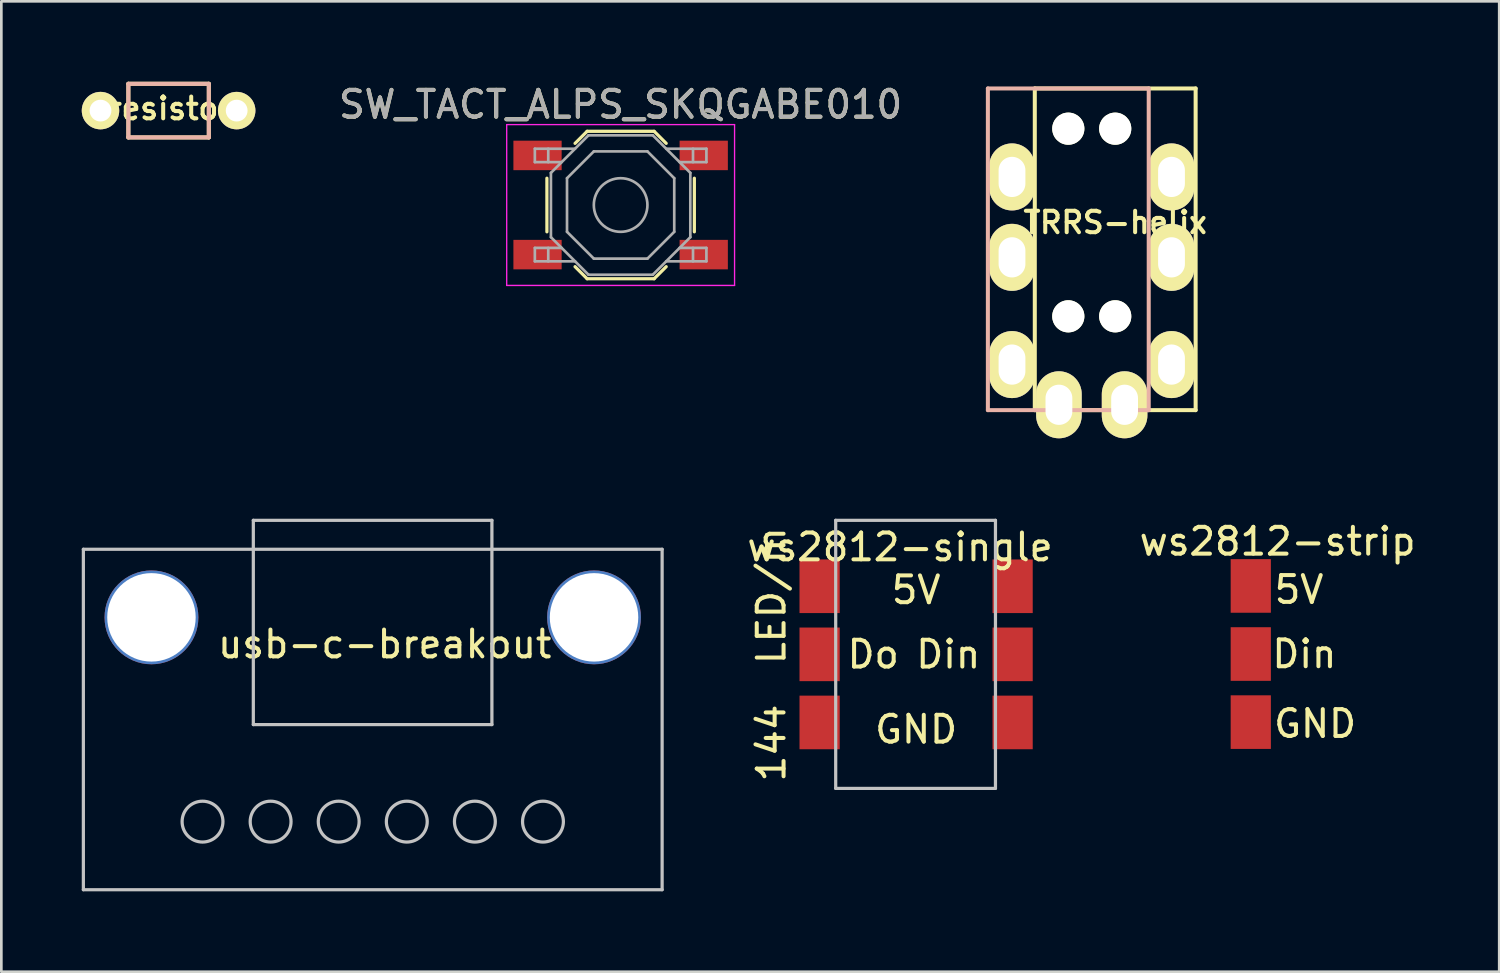
<source format=kicad_pcb>
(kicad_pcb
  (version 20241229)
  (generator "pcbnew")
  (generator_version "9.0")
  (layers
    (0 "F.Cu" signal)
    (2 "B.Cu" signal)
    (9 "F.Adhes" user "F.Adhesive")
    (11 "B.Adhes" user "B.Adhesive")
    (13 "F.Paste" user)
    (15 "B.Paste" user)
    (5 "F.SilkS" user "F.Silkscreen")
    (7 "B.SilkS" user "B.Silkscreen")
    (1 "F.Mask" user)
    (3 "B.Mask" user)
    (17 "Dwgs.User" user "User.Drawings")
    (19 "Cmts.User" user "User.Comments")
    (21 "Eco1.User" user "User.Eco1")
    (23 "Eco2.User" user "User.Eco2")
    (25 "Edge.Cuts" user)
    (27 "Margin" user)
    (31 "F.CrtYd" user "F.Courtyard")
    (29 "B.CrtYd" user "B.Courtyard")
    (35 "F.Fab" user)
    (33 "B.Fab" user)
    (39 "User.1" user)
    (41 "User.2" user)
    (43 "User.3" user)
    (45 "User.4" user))
  (footprint "usb-c-breakout"
    (layer "F.Cu")
    (at 2.6 19.98)
    (property "Reference" "usb-c-breakout" (at 8.7 1 0) (layer "F.SilkS") (effects (font (size 1 1) (thickness 0.15))))
    (attr through_hole)
    (fp_line (start -2.54 -2.54) (end -2.54 10.16) (stroke (width 0.12) (type solid)) (layer "Dwgs.User"))
    (fp_line (start -2.54 -2.54) (end 19.05 -2.54) (stroke (width 0.12) (type solid)) (layer "Dwgs.User"))
    (fp_line (start -2.54 10.16) (end 19.05 10.16) (stroke (width 0.12) (type solid)) (layer "Dwgs.User"))
    (fp_line (start 3.8 -3.62) (end 3.8 4) (stroke (width 0.12) (type solid)) (layer "Dwgs.User"))
    (fp_line (start 3.8 -3.62) (end 12.7 -3.62) (stroke (width 0.12) (type solid)) (layer "Dwgs.User"))
    (fp_line (start 12.7 -3.62) (end 12.7 4) (stroke (width 0.12) (type solid)) (layer "Dwgs.User"))
    (fp_line (start 12.7 4) (end 3.8 4) (stroke (width 0.12) (type solid)) (layer "Dwgs.User"))
    (fp_line (start 19.05 10.16) (end 19.05 -2.54) (stroke (width 0.12) (type solid)) (layer "Dwgs.User"))
    (fp_circle (center 1.905 7.62) (end 2.667 7.62) (stroke (width 0.12) (type solid)) (fill no) (layer "Dwgs.User"))
    (fp_circle (center 4.445 7.62) (end 5.207 7.62) (stroke (width 0.12) (type solid)) (fill no) (layer "Dwgs.User"))
    (fp_circle (center 6.985 7.62) (end 7.747 7.62) (stroke (width 0.12) (type solid)) (fill no) (layer "Dwgs.User"))
    (fp_circle (center 9.525 7.62) (end 10.287 7.62) (stroke (width 0.12) (type solid)) (fill no) (layer "Dwgs.User"))
    (fp_circle (center 12.065 7.62) (end 12.827 7.62) (stroke (width 0.12) (type solid)) (fill no) (layer "Dwgs.User"))
    (fp_circle (center 14.605 7.62) (end 15.367 7.62) (stroke (width 0.12) (type solid)) (fill no) (layer "Dwgs.User"))
    (pad "" np_thru_hole circle (at 0 0) (size 3.5 3.5) (drill 3.3) (layers "*.Cu" "*.Mask"))
    (pad "" np_thru_hole circle (at 16.51 0) (size 3.5 3.5) (drill 3.3) (layers "*.Cu" "*.Mask")))
  (footprint "ws2812-strip"
    (layer "F.Cu")
    (at 43.209 21.548)
    (property "Reference" "ws2812-strip" (at 1.4 -4.4 0) (layer "F.SilkS") (effects (font (size 1 1) (thickness 0.15))))
    (attr through_hole)
    (fp_text user "5V" (at 2.2 -2.6 0) (layer "F.SilkS") (effects (font (size 1 1) (thickness 0.15))))
    (fp_text user "GND" (at 2.8 2.4 0) (layer "F.SilkS") (effects (font (size 1 1) (thickness 0.15))))
    (fp_text user "Din" (at 2.4 -0.2 0) (layer "F.SilkS") (effects (font (size 1 1) (thickness 0.15))))
    (pad "1" smd rect (at 0.4 -2.74) (size 1.5 2) (layers "F.Cu" "F.Mask" "F.Paste"))
    (pad "2" smd rect (at 0.4 -0.2 180) (size 1.5 2) (layers "F.Cu" "F.Mask" "F.Paste"))
    (pad "3" smd rect (at 0.4 2.34) (size 1.5 2) (layers "F.Cu" "F.Mask" "F.Paste")))
  (footprint "SW_TACT_ALPS_SKQGABE010"
    (layer "F.Cu")
    (at 20.102 4.598)
    (property "Reference" "SW_TACT_ALPS_SKQGABE010" (at 0 -3.75 0) (layer "F.SilkS") (effects (font (size 1 1) (thickness 0.15))))
    (attr smd)
    (fp_line (start -2.75 -1) (end -2.75 1) (stroke (width 0.12) (type solid)) (layer "F.SilkS"))
    (fp_line (start -1.7 -2.3) (end -1.25 -2.75) (stroke (width 0.12) (type solid)) (layer "F.SilkS"))
    (fp_line (start -1.7 2.3) (end -1.25 2.75) (stroke (width 0.12) (type solid)) (layer "F.SilkS"))
    (fp_line (start -1.25 -2.75) (end 1.25 -2.75) (stroke (width 0.12) (type solid)) (layer "F.SilkS"))
    (fp_line (start -1.25 2.75) (end 1.25 2.75) (stroke (width 0.12) (type solid)) (layer "F.SilkS"))
    (fp_line (start 1.7 -2.3) (end 1.25 -2.75) (stroke (width 0.12) (type solid)) (layer "F.SilkS"))
    (fp_line (start 1.7 2.3) (end 1.25 2.75) (stroke (width 0.12) (type solid)) (layer "F.SilkS"))
    (fp_line (start 2.75 -1) (end 2.75 1) (stroke (width 0.12) (type solid)) (layer "F.SilkS"))
    (fp_line (start -4 -1.3) (end -4 1.3) (stroke (width 0.1) (type solid)) (layer "Eco1.User"))
    (fp_line (start -4 -0.7) (end -2 1.3) (stroke (width 0.1) (type solid)) (layer "Eco1.User"))
    (fp_line (start -4 0.1) (end -2.8 1.3) (stroke (width 0.1) (type solid)) (layer "Eco1.User"))
    (fp_line (start -4 0.9) (end -3.6 1.3) (stroke (width 0.1) (type solid)) (layer "Eco1.User"))
    (fp_line (start -4 1.3) (end -1 1.3) (stroke (width 0.1) (type solid)) (layer "Eco1.User"))
    (fp_line (start -3.8 -1.3) (end -1.2 1.3) (stroke (width 0.1) (type solid)) (layer "Eco1.User"))
    (fp_line (start -3.4 -1.3) (end -1 1.1) (stroke (width 0.1) (type solid)) (layer "Eco1.User"))
    (fp_line (start -3.2 1.3) (end -4 0.5) (stroke (width 0.1) (type solid)) (layer "Eco1.User"))
    (fp_line (start -2.6 -1.3) (end -1 0.3) (stroke (width 0.1) (type solid)) (layer "Eco1.User"))
    (fp_line (start -2.4 1.3) (end -4 -0.3) (stroke (width 0.1) (type solid)) (layer "Eco1.User"))
    (fp_line (start -1.8 -1.3) (end -1 -0.5) (stroke (width 0.1) (type solid)) (layer "Eco1.User"))
    (fp_line (start -1.6 1.3) (end -4 -1.1) (stroke (width 0.1) (type solid)) (layer "Eco1.User"))
    (fp_line (start -1 -1.3) (end -4 -1.3) (stroke (width 0.1) (type solid)) (layer "Eco1.User"))
    (fp_line (start -1 -0.9) (end -1.4 -1.3) (stroke (width 0.1) (type solid)) (layer "Eco1.User"))
    (fp_line (start -1 -0.1) (end -2.2 -1.3) (stroke (width 0.1) (type solid)) (layer "Eco1.User"))
    (fp_line (start -1 0.7) (end -3 -1.3) (stroke (width 0.1) (type solid)) (layer "Eco1.User"))
    (fp_line (start -1 1.3) (end -1 -1.3) (stroke (width 0.1) (type solid)) (layer "Eco1.User"))
    (fp_line (start 1 -1.3) (end 1 1.3) (stroke (width 0.1) (type solid)) (layer "Eco1.User"))
    (fp_line (start 1 -1.1) (end 3.4 1.3) (stroke (width 0.1) (type solid)) (layer "Eco1.User"))
    (fp_line (start 1 0.1) (end 2.2 1.3) (stroke (width 0.1) (type solid)) (layer "Eco1.User"))
    (fp_line (start 1 0.9) (end 1.4 1.3) (stroke (width 0.1) (type solid)) (layer "Eco1.User"))
    (fp_line (start 1 1.3) (end 4 1.3) (stroke (width 0.1) (type solid)) (layer "Eco1.User"))
    (fp_line (start 1.2 -1.3) (end 3.8 1.3) (stroke (width 0.1) (type solid)) (layer "Eco1.User"))
    (fp_line (start 1.6 -1.3) (end 4 1.1) (stroke (width 0.1) (type solid)) (layer "Eco1.User"))
    (fp_line (start 1.8 1.3) (end 1 0.5) (stroke (width 0.1) (type solid)) (layer "Eco1.User"))
    (fp_line (start 2.4 -1.3) (end 4 0.3) (stroke (width 0.1) (type solid)) (layer "Eco1.User"))
    (fp_line (start 2.6 1.3) (end 1 -0.3) (stroke (width 0.1) (type solid)) (layer "Eco1.User"))
    (fp_line (start 3 1.3) (end 1 -0.7) (stroke (width 0.1) (type solid)) (layer "Eco1.User"))
    (fp_line (start 3.2 -1.3) (end 4 -0.5) (stroke (width 0.1) (type solid)) (layer "Eco1.User"))
    (fp_line (start 4 -1.3) (end 1 -1.3) (stroke (width 0.1) (type solid)) (layer "Eco1.User"))
    (fp_line (start 4 -0.9) (end 3.6 -1.3) (stroke (width 0.1) (type solid)) (layer "Eco1.User"))
    (fp_line (start 4 -0.1) (end 2.8 -1.3) (stroke (width 0.1) (type solid)) (layer "Eco1.User"))
    (fp_line (start 4 0.7) (end 2 -1.3) (stroke (width 0.1) (type solid)) (layer "Eco1.User"))
    (fp_line (start 4 1.3) (end 4 -1.3) (stroke (width 0.1) (type solid)) (layer "Eco1.User"))
    (fp_line (start -4.25 -3) (end 4.25 -3) (stroke (width 0.05) (type solid)) (layer "F.CrtYd"))
    (fp_line (start -4.25 3) (end -4.25 -3) (stroke (width 0.05) (type solid)) (layer "F.CrtYd"))
    (fp_line (start 4.25 -3) (end 4.25 3) (stroke (width 0.05) (type solid)) (layer "F.CrtYd"))
    (fp_line (start 4.25 3) (end -4.25 3) (stroke (width 0.05) (type solid)) (layer "F.CrtYd"))
    (fp_line (start -3.2 -2.1) (end -3.2 -1.6) (stroke (width 0.1) (type solid)) (layer "F.Fab"))
    (fp_line (start -3.2 -1.6) (end -2.2 -1.6) (stroke (width 0.1) (type solid)) (layer "F.Fab"))
    (fp_line (start -3.2 1.6) (end -2.2 1.6) (stroke (width 0.1) (type solid)) (layer "F.Fab"))
    (fp_line (start -3.2 2.1) (end -3.2 1.6) (stroke (width 0.1) (type solid)) (layer "F.Fab"))
    (fp_line (start -2.7 -2.1) (end -2.7 -1.6) (stroke (width 0.1) (type solid)) (layer "F.Fab"))
    (fp_line (start -2.7 2.1) (end -2.7 1.6) (stroke (width 0.1) (type solid)) (layer "F.Fab"))
    (fp_line (start -2.6 -1.2) (end -2.6 1.2) (stroke (width 0.1) (type solid)) (layer "F.Fab"))
    (fp_line (start -2.6 1.2) (end -1.2 2.6) (stroke (width 0.1) (type solid)) (layer "F.Fab"))
    (fp_line (start -2 -1) (end -1 -2) (stroke (width 0.1) (type solid)) (layer "F.Fab"))
    (fp_line (start -2 1) (end -2 -1) (stroke (width 0.1) (type solid)) (layer "F.Fab"))
    (fp_line (start -1.7 -2.1) (end -3.2 -2.1) (stroke (width 0.1) (type solid)) (layer "F.Fab"))
    (fp_line (start -1.7 2.1) (end -3.2 2.1) (stroke (width 0.1) (type solid)) (layer "F.Fab"))
    (fp_line (start -1.2 -2.6) (end -2.6 -1.2) (stroke (width 0.1) (type solid)) (layer "F.Fab"))
    (fp_line (start -1.2 2.6) (end 1.2 2.6) (stroke (width 0.1) (type solid)) (layer "F.Fab"))
    (fp_line (start -1 -2) (end 1 -2) (stroke (width 0.1) (type solid)) (layer "F.Fab"))
    (fp_line (start -1 2) (end -2 1) (stroke (width 0.1) (type solid)) (layer "F.Fab"))
    (fp_line (start 1 -2) (end 2 -1) (stroke (width 0.1) (type solid)) (layer "F.Fab"))
    (fp_line (start 1 2) (end -1 2) (stroke (width 0.1) (type solid)) (layer "F.Fab"))
    (fp_line (start 1.2 -2.6) (end -1.2 -2.6) (stroke (width 0.1) (type solid)) (layer "F.Fab"))
    (fp_line (start 1.2 2.6) (end 2.6 1.2) (stroke (width 0.1) (type solid)) (layer "F.Fab"))
    (fp_line (start 1.7 -2.1) (end 3.2 -2.1) (stroke (width 0.1) (type solid)) (layer "F.Fab"))
    (fp_line (start 1.7 2.1) (end 3.2 2.1) (stroke (width 0.1) (type solid)) (layer "F.Fab"))
    (fp_line (start 2 -1) (end 2 1) (stroke (width 0.1) (type solid)) (layer "F.Fab"))
    (fp_line (start 2 1) (end 1 2) (stroke (width 0.1) (type solid)) (layer "F.Fab"))
    (fp_line (start 2.6 -1.2) (end 1.2 -2.6) (stroke (width 0.1) (type solid)) (layer "F.Fab"))
    (fp_line (start 2.6 1.2) (end 2.6 -1.2) (stroke (width 0.1) (type solid)) (layer "F.Fab"))
    (fp_line (start 2.7 -2.1) (end 2.7 -1.6) (stroke (width 0.1) (type solid)) (layer "F.Fab"))
    (fp_line (start 2.7 2.1) (end 2.7 1.6) (stroke (width 0.1) (type solid)) (layer "F.Fab"))
    (fp_line (start 3.2 -2.1) (end 3.2 -1.6) (stroke (width 0.1) (type solid)) (layer "F.Fab"))
    (fp_line (start 3.2 -1.6) (end 2.2 -1.6) (stroke (width 0.1) (type solid)) (layer "F.Fab"))
    (fp_line (start 3.2 1.6) (end 2.2 1.6) (stroke (width 0.1) (type solid)) (layer "F.Fab"))
    (fp_line (start 3.2 2.1) (end 3.2 1.6) (stroke (width 0.1) (type solid)) (layer "F.Fab"))
    (fp_circle (center 0 0) (end 1 0) (stroke (width 0.1) (type solid)) (fill no) (layer "F.Fab"))
    (fp_text user "${REFERENCE}" (at 0 -3.75 0) (layer "F.Fab") (effects (font (size 1 1) (thickness 0.15))))
    (pad "1" smd rect (at -3.1 -1.85) (size 1.8 1.1) (layers "F.Cu" "F.Mask" "F.Paste"))
    (pad "1" smd rect (at 3.1 -1.85) (size 1.8 1.1) (layers "F.Cu" "F.Mask" "F.Paste"))
    (pad "2" smd rect (at -3.1 1.85) (size 1.8 1.1) (layers "F.Cu" "F.Mask" "F.Paste"))
    (pad "2" smd rect (at 3.1 1.85) (size 1.8 1.1) (layers "F.Cu" "F.Mask" "F.Paste")))
  (footprint "ws2812-single"
    (layer "F.Cu")
    (at 30.925 21.56)
    (property "Reference" "ws2812-single" (at -0.4 -4.2 0) (layer "F.SilkS") (effects (font (size 1 1) (thickness 0.15))))
    (attr through_hole)
    (fp_line (start -2.8 -5.2) (end 3.16 -5.2) (stroke (width 0.12) (type solid)) (layer "Dwgs.User"))
    (fp_line (start -2.8 4.8) (end -2.8 -5.2) (stroke (width 0.12) (type solid)) (layer "Dwgs.User"))
    (fp_line (start -2.8 4.8) (end 3.16 4.8) (stroke (width 0.12) (type solid)) (layer "Dwgs.User"))
    (fp_line (start 3.16 -5.2) (end 3.16 4.8) (stroke (width 0.12) (type solid)) (layer "Dwgs.User"))
    (fp_text user "Din" (at 1.4 -0.2 0) (layer "F.SilkS") (effects (font (size 1 1) (thickness 0.15))))
    (fp_text user "Do" (at -1.4 -0.2 0) (layer "F.SilkS") (effects (font (size 1 1) (thickness 0.15))))
    (fp_text user "144  LED/m" (at -5.2 -0.2 90) (layer "F.SilkS") (effects (font (size 1 1) (thickness 0.15))))
    (fp_text user "5V" (at 0.2 -2.6 0) (layer "F.SilkS") (effects (font (size 1 1) (thickness 0.15))))
    (fp_text user "GND" (at 0.2 2.6 0) (layer "F.SilkS") (effects (font (size 1 1) (thickness 0.15))))
    (pad "1" smd rect (at -3.4 -0.2 180) (size 1.5 2) (layers "F.Cu" "F.Mask" "F.Paste"))
    (pad "2" smd rect (at -3.4 2.34) (size 1.5 2) (layers "F.Cu" "F.Mask" "F.Paste"))
    (pad "2" smd rect (at 3.8 2.34) (size 1.5 2) (layers "F.Cu" "F.Mask" "F.Paste"))
    (pad "3" smd rect (at 3.8 -0.2 180) (size 1.5 2) (layers "F.Cu" "F.Mask" "F.Paste"))
    (pad "4" smd rect (at -3.4 -2.74) (size 1.5 2) (layers "F.Cu" "F.Mask" "F.Paste"))
    (pad "4" smd rect (at 3.8 -2.74) (size 1.5 2) (layers "F.Cu" "F.Mask" "F.Paste")))
  (footprint "TRRS-helix"
    (layer "F.Cu")
    (at 38.552 0.25)
    (property "Reference" "TRRS-helix" (at 0 5 0) (layer "F.SilkS") (effects (font (size 0.8 0.8) (thickness 0.15))))
    (attr through_hole)
    (fp_line (start -3 0) (end 3 0) (stroke (width 0.15) (type solid)) (layer "F.SilkS"))
    (fp_line (start -3 12) (end -3 0) (stroke (width 0.15) (type solid)) (layer "F.SilkS"))
    (fp_line (start 3 0) (end 3 12) (stroke (width 0.15) (type solid)) (layer "F.SilkS"))
    (fp_line (start 3 12) (end -3 12) (stroke (width 0.15) (type solid)) (layer "F.SilkS"))
    (fp_line (start -4.75 0) (end 1.25 0) (stroke (width 0.15) (type solid)) (layer "B.SilkS"))
    (fp_line (start -4.75 12) (end -4.75 0) (stroke (width 0.15) (type solid)) (layer "B.SilkS"))
    (fp_line (start 1.25 0) (end 1.25 12) (stroke (width 0.15) (type solid)) (layer "B.SilkS"))
    (fp_line (start 1.25 12) (end -4.75 12) (stroke (width 0.15) (type solid)) (layer "B.SilkS"))
    (pad "" np_thru_hole circle (at -1.75 1.5) (size 1.2 1.2) (drill 1.2) (layers "*.Cu" "*.Mask" "F.SilkS"))
    (pad "" np_thru_hole circle (at -1.75 8.5) (size 1.2 1.2) (drill 1.2) (layers "*.Cu" "*.Mask" "F.SilkS"))
    (pad "" np_thru_hole circle (at 0 1.5) (size 1.2 1.2) (drill 1.2) (layers "*.Cu" "*.Mask" "F.SilkS"))
    (pad "" np_thru_hole circle (at 0 8.5) (size 1.2 1.2) (drill 1.2) (layers "*.Cu" "*.Mask" "F.SilkS"))
    (pad "1" thru_hole oval (at -2.1 11.8) (size 1.7 2.5) (drill oval 1 1.5) (layers "*.Cu" "*.Mask" "F.SilkS"))
    (pad "1" thru_hole oval (at 0.35 11.8) (size 1.7 2.5) (drill oval 1 1.5) (layers "*.Cu" "*.Mask" "F.SilkS"))
    (pad "2" thru_hole oval (at -3.85 3.3) (size 1.7 2.5) (drill oval 1 1.5) (layers "*.Cu" "*.Mask" "F.SilkS"))
    (pad "2" thru_hole oval (at 2.1 3.3) (size 1.7 2.5) (drill oval 1 1.5) (layers "*.Cu" "*.Mask" "F.SilkS"))
    (pad "3" thru_hole oval (at -3.85 6.3) (size 1.7 2.5) (drill oval 1 1.5) (layers "*.Cu" "*.Mask" "F.SilkS"))
    (pad "3" thru_hole oval (at 2.1 6.3) (size 1.7 2.5) (drill oval 1 1.5) (layers "*.Cu" "*.Mask" "F.SilkS"))
    (pad "4" thru_hole oval (at -3.85 10.3) (size 1.7 2.5) (drill oval 1 1.5) (layers "*.Cu" "*.Mask" "F.SilkS"))
    (pad "4" thru_hole oval (at 2.1 10.3) (size 1.7 2.5) (drill oval 1 1.5) (layers "*.Cu" "*.Mask" "F.SilkS")))
  (footprint "resistor"
    (layer "F.Cu")
    (at 3.239 1.076)
    (property "Reference" "resistor" (at 0.05 -0.08 0) (layer "F.SilkS") (effects (font (size 0.813 0.813) (thickness 0.15))))
    (attr through_hole)
    (fp_line (start -1.501 -1.001) (end -1.501 1.001) (stroke (width 0.15) (type solid)) (layer "F.SilkS"))
    (fp_line (start -1.501 1.001) (end 1.501 1.001) (stroke (width 0.15) (type solid)) (layer "F.SilkS"))
    (fp_line (start 1.501 -1.001) (end -1.501 -1.001) (stroke (width 0.15) (type solid)) (layer "F.SilkS"))
    (fp_line (start 1.501 1.001) (end 1.501 -1.001) (stroke (width 0.15) (type solid)) (layer "F.SilkS"))
    (fp_line (start -1.5 -1) (end 1.5 -1) (stroke (width 0.15) (type solid)) (layer "B.SilkS"))
    (fp_line (start -1.5 1) (end -1.5 -1) (stroke (width 0.15) (type solid)) (layer "B.SilkS"))
    (fp_line (start 1.5 -1) (end 1.5 1) (stroke (width 0.15) (type solid)) (layer "B.SilkS"))
    (fp_line (start 1.5 1) (end -1.5 1) (stroke (width 0.15) (type solid)) (layer "B.SilkS"))
    (pad "1" thru_hole circle (at -2.54 0) (size 1.397 1.397) (drill 0.813) (layers "*.Cu" "*.Mask" "F.SilkS"))
    (pad "2" thru_hole circle (at 2.54 0) (size 1.397 1.397) (drill 0.813) (layers "*.Cu" "*.Mask" "F.SilkS")))
  (gr_rect
    (start -3 -3)
    (end 52.877 33.2)
    (stroke (width 0.1) (type default))
    (fill no)
    (layer "Edge.Cuts")))
</source>
